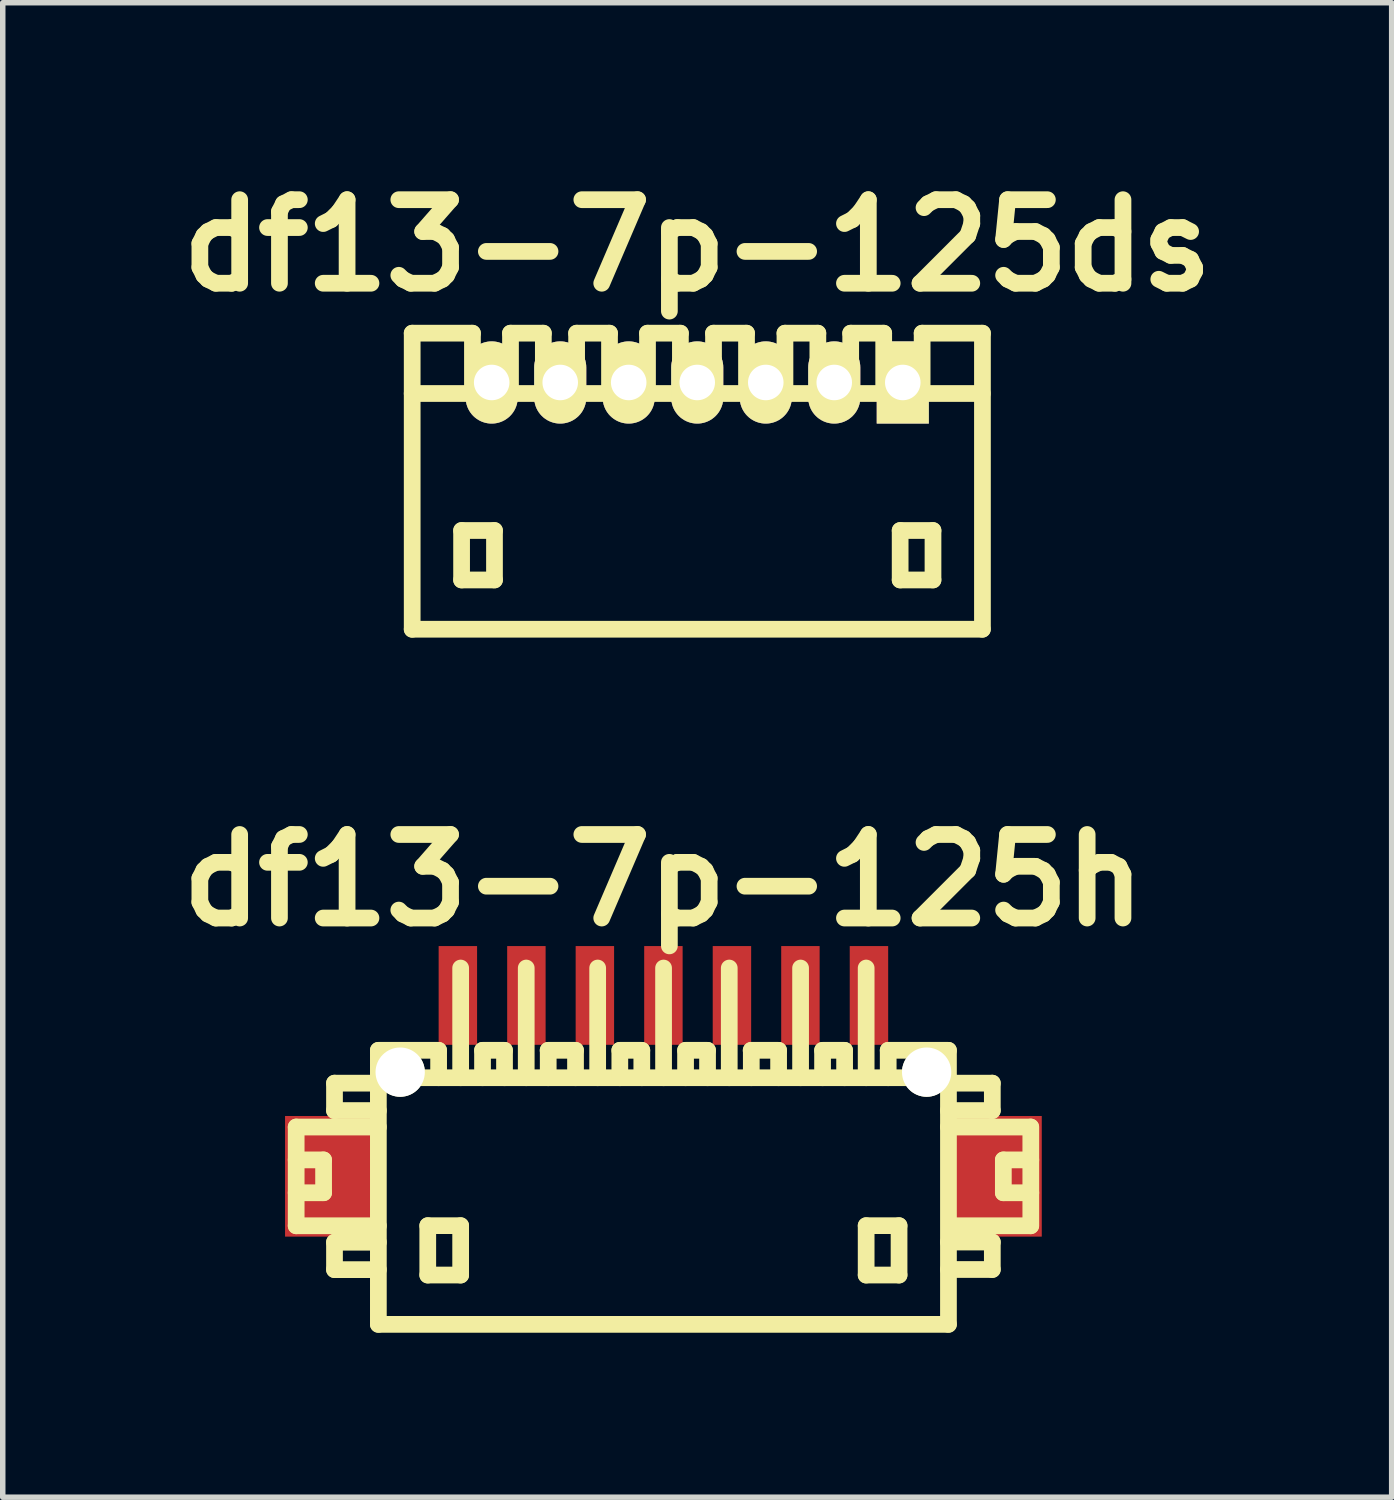
<source format=kicad_pcb>
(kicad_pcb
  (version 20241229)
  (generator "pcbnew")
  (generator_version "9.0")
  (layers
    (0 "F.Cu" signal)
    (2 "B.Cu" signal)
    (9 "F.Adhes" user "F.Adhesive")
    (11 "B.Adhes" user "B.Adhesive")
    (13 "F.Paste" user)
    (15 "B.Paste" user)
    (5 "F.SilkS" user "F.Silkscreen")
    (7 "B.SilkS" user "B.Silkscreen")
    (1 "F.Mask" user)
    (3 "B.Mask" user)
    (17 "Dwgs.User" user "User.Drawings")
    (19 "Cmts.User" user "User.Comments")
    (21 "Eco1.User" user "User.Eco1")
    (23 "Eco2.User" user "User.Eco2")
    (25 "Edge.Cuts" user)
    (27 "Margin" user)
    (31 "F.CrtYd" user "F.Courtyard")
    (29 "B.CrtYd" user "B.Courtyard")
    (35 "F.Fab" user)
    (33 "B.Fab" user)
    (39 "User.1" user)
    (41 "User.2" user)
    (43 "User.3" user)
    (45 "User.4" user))
  (footprint "df13-7p-125ds"
    (layer "F.Cu")
    (at 9.667 5.727)
    (property "Reference" "df13-7p-125ds" (at 0 -4.3 0) (layer "F.SilkS") (effects (font (size 1.524 1.524) (thickness 0.305))))
    (attr through_hole)
    (fp_line (start -5.199 2.7) (end -5.199 -2.7) (stroke (width 0.305) (type solid)) (layer "F.SilkS"))
    (fp_line (start -5.199 2.7) (end 5.199 2.7) (stroke (width 0.305) (type solid)) (layer "F.SilkS"))
    (fp_line (start -4.298 0.899) (end -4.298 1.801) (stroke (width 0.305) (type solid)) (layer "F.SilkS"))
    (fp_line (start -4.298 1.801) (end -3.698 1.801) (stroke (width 0.305) (type solid)) (layer "F.SilkS"))
    (fp_line (start -4.1 -2.7) (end -5.199 -2.7) (stroke (width 0.305) (type solid)) (layer "F.SilkS"))
    (fp_line (start -4.1 -1.6) (end -4.1 -2.7) (stroke (width 0.305) (type solid)) (layer "F.SilkS"))
    (fp_line (start -3.698 0.899) (end -4.298 0.899) (stroke (width 0.305) (type solid)) (layer "F.SilkS"))
    (fp_line (start -3.698 1.801) (end -3.698 0.899) (stroke (width 0.305) (type solid)) (layer "F.SilkS"))
    (fp_line (start -3.406 -1.6) (end -3.406 -2.7) (stroke (width 0.305) (type solid)) (layer "F.SilkS"))
    (fp_line (start -2.807 -2.7) (end -3.406 -2.7) (stroke (width 0.305) (type solid)) (layer "F.SilkS"))
    (fp_line (start -2.807 -1.6) (end -2.807 -2.7) (stroke (width 0.305) (type solid)) (layer "F.SilkS"))
    (fp_line (start -2.2 -2.7) (end -1.6 -2.7) (stroke (width 0.305) (type solid)) (layer "F.SilkS"))
    (fp_line (start -2.2 -1.6) (end -2.2 -2.7) (stroke (width 0.305) (type solid)) (layer "F.SilkS"))
    (fp_line (start -1.6 -2.7) (end -1.6 -1.6) (stroke (width 0.305) (type solid)) (layer "F.SilkS"))
    (fp_line (start -0.907 -2.7) (end -0.307 -2.7) (stroke (width 0.305) (type solid)) (layer "F.SilkS"))
    (fp_line (start -0.907 -1.6) (end -0.907 -2.7) (stroke (width 0.305) (type solid)) (layer "F.SilkS"))
    (fp_line (start -0.307 -2.7) (end -0.307 -1.6) (stroke (width 0.305) (type solid)) (layer "F.SilkS"))
    (fp_line (start 0.297 -2.7) (end 0.899 -2.7) (stroke (width 0.305) (type solid)) (layer "F.SilkS"))
    (fp_line (start 0.297 -1.6) (end 0.297 -2.7) (stroke (width 0.305) (type solid)) (layer "F.SilkS"))
    (fp_line (start 0.899 -2.7) (end 0.899 -1.6) (stroke (width 0.305) (type solid)) (layer "F.SilkS"))
    (fp_line (start 1.6 -2.7) (end 2.2 -2.7) (stroke (width 0.305) (type solid)) (layer "F.SilkS"))
    (fp_line (start 1.6 -1.6) (end 1.6 -2.7) (stroke (width 0.305) (type solid)) (layer "F.SilkS"))
    (fp_line (start 2.2 -2.7) (end 2.2 -1.6) (stroke (width 0.305) (type solid)) (layer "F.SilkS"))
    (fp_line (start 2.799 -2.7) (end 3.401 -2.7) (stroke (width 0.305) (type solid)) (layer "F.SilkS"))
    (fp_line (start 2.799 -1.6) (end 2.799 -2.7) (stroke (width 0.305) (type solid)) (layer "F.SilkS"))
    (fp_line (start 3.401 -2.7) (end 3.401 -1.6) (stroke (width 0.305) (type solid)) (layer "F.SilkS"))
    (fp_line (start 3.701 0.899) (end 4.3 0.899) (stroke (width 0.305) (type solid)) (layer "F.SilkS"))
    (fp_line (start 3.701 1.801) (end 3.701 0.899) (stroke (width 0.305) (type solid)) (layer "F.SilkS"))
    (fp_line (start 4.102 -1.6) (end 4.102 -2.7) (stroke (width 0.305) (type solid)) (layer "F.SilkS"))
    (fp_line (start 4.3 0.899) (end 4.3 1.801) (stroke (width 0.305) (type solid)) (layer "F.SilkS"))
    (fp_line (start 4.3 1.801) (end 3.701 1.801) (stroke (width 0.305) (type solid)) (layer "F.SilkS"))
    (fp_line (start 5.199 -1.6) (end -5.199 -1.6) (stroke (width 0.305) (type solid)) (layer "F.SilkS"))
    (fp_line (start 5.202 -2.7) (end 4.102 -2.7) (stroke (width 0.305) (type solid)) (layer "F.SilkS"))
    (fp_line (start 5.202 2.7) (end 5.202 -2.7) (stroke (width 0.305) (type solid)) (layer "F.SilkS"))
    (pad "1" thru_hole rect (at 3.749 -1.801) (size 0.95 1.499) (drill 0.648) (layers "*.Cu" "*.Mask" "F.SilkS"))
    (pad "2" thru_hole oval (at 2.499 -1.801) (size 0.95 1.499) (drill 0.648) (layers "*.Cu" "*.Mask" "F.SilkS"))
    (pad "3" thru_hole oval (at 1.25 -1.801) (size 0.95 1.499) (drill 0.648) (layers "*.Cu" "*.Mask" "F.SilkS"))
    (pad "4" thru_hole oval (at 0 -1.801) (size 0.95 1.499) (drill 0.648) (layers "*.Cu" "*.Mask" "F.SilkS"))
    (pad "5" thru_hole oval (at -1.25 -1.801) (size 0.95 1.499) (drill 0.648) (layers "*.Cu" "*.Mask" "F.SilkS"))
    (pad "6" thru_hole oval (at -2.499 -1.801) (size 0.95 1.499) (drill 0.648) (layers "*.Cu" "*.Mask" "F.SilkS"))
    (pad "7" thru_hole oval (at -3.749 -1.801) (size 0.95 1.499) (drill 0.648) (layers "*.Cu" "*.Mask" "F.SilkS")))
  (footprint "df13-7p-125h"
    (layer "F.Cu")
    (at 9.05 18.606)
    (property "Reference" "df13-7p-125h" (at 0 -5.601 0) (layer "F.SilkS") (effects (font (size 1.524 1.524) (thickness 0.305))))
    (attr through_hole)
    (fp_line (start -6.698 -1.1) (end -6.698 0.701) (stroke (width 0.305) (type solid)) (layer "F.SilkS"))
    (fp_line (start -6.698 0.701) (end -5.199 0.701) (stroke (width 0.305) (type solid)) (layer "F.SilkS"))
    (fp_line (start -6.198 -0.5) (end -6.698 -0.5) (stroke (width 0.305) (type solid)) (layer "F.SilkS"))
    (fp_line (start -6.198 0.099) (end -6.698 0.099) (stroke (width 0.305) (type solid)) (layer "F.SilkS"))
    (fp_line (start -6.198 0.099) (end -6.198 -0.5) (stroke (width 0.305) (type solid)) (layer "F.SilkS"))
    (fp_line (start -5.999 -1.9) (end -5.999 -1.4) (stroke (width 0.305) (type solid)) (layer "F.SilkS"))
    (fp_line (start -5.999 -1.9) (end -5.199 -1.9) (stroke (width 0.305) (type solid)) (layer "F.SilkS"))
    (fp_line (start -5.999 1.001) (end -5.999 1.501) (stroke (width 0.305) (type solid)) (layer "F.SilkS"))
    (fp_line (start -5.999 1.501) (end -5.199 1.501) (stroke (width 0.305) (type solid)) (layer "F.SilkS"))
    (fp_line (start -5.199 -1.999) (end 5.199 -1.999) (stroke (width 0.305) (type solid)) (layer "F.SilkS"))
    (fp_line (start -5.199 -1.4) (end -5.999 -1.4) (stroke (width 0.305) (type solid)) (layer "F.SilkS"))
    (fp_line (start -5.199 -1.1) (end -6.698 -1.1) (stroke (width 0.305) (type solid)) (layer "F.SilkS"))
    (fp_line (start -5.199 1.001) (end -5.999 1.001) (stroke (width 0.305) (type solid)) (layer "F.SilkS"))
    (fp_line (start -5.199 2.499) (end -5.199 -2.499) (stroke (width 0.305) (type solid)) (layer "F.SilkS"))
    (fp_line (start -5.199 2.499) (end 5.199 2.499) (stroke (width 0.305) (type solid)) (layer "F.SilkS"))
    (fp_line (start -4.298 0.699) (end -4.298 1.6) (stroke (width 0.305) (type solid)) (layer "F.SilkS"))
    (fp_line (start -4.298 1.6) (end -3.698 1.6) (stroke (width 0.305) (type solid)) (layer "F.SilkS"))
    (fp_line (start -4.1 -2.499) (end -5.199 -2.499) (stroke (width 0.305) (type solid)) (layer "F.SilkS"))
    (fp_line (start -4.1 -2.499) (end -4.1 -1.999) (stroke (width 0.305) (type solid)) (layer "F.SilkS"))
    (fp_line (start -3.698 -4) (end -3.698 -1.999) (stroke (width 0.305) (type solid)) (layer "F.SilkS"))
    (fp_line (start -3.698 0.699) (end -4.298 0.699) (stroke (width 0.305) (type solid)) (layer "F.SilkS"))
    (fp_line (start -3.698 1.6) (end -3.698 0.699) (stroke (width 0.305) (type solid)) (layer "F.SilkS"))
    (fp_line (start -3.299 -2.499) (end -3.299 -1.999) (stroke (width 0.305) (type solid)) (layer "F.SilkS"))
    (fp_line (start -2.898 -2.499) (end -3.299 -2.499) (stroke (width 0.305) (type solid)) (layer "F.SilkS"))
    (fp_line (start -2.898 -2.499) (end -2.898 -1.999) (stroke (width 0.305) (type solid)) (layer "F.SilkS"))
    (fp_line (start -2.502 -1.999) (end -2.502 -4) (stroke (width 0.305) (type solid)) (layer "F.SilkS"))
    (fp_line (start -2.103 -2.499) (end -1.603 -2.499) (stroke (width 0.305) (type solid)) (layer "F.SilkS"))
    (fp_line (start -2.101 -1.999) (end -2.101 -2.499) (stroke (width 0.305) (type solid)) (layer "F.SilkS"))
    (fp_line (start -1.603 -2.499) (end -1.603 -1.999) (stroke (width 0.305) (type solid)) (layer "F.SilkS"))
    (fp_line (start -1.199 -1.999) (end -1.199 -4) (stroke (width 0.305) (type solid)) (layer "F.SilkS"))
    (fp_line (start -0.795 -2.499) (end -0.795 -1.999) (stroke (width 0.305) (type solid)) (layer "F.SilkS"))
    (fp_line (start -0.394 -2.499) (end -0.795 -2.499) (stroke (width 0.305) (type solid)) (layer "F.SilkS"))
    (fp_line (start -0.394 -2.499) (end -0.394 -1.999) (stroke (width 0.305) (type solid)) (layer "F.SilkS"))
    (fp_line (start 0.003 -1.999) (end 0.003 -4) (stroke (width 0.305) (type solid)) (layer "F.SilkS"))
    (fp_line (start 0.404 -2.499) (end 0.404 -1.999) (stroke (width 0.305) (type solid)) (layer "F.SilkS"))
    (fp_line (start 0.805 -2.499) (end 0.404 -2.499) (stroke (width 0.305) (type solid)) (layer "F.SilkS"))
    (fp_line (start 0.805 -2.499) (end 0.805 -1.999) (stroke (width 0.305) (type solid)) (layer "F.SilkS"))
    (fp_line (start 1.201 -1.999) (end 1.201 -4) (stroke (width 0.305) (type solid)) (layer "F.SilkS"))
    (fp_line (start 1.6 -2.499) (end 2.101 -2.499) (stroke (width 0.305) (type solid)) (layer "F.SilkS"))
    (fp_line (start 1.603 -1.999) (end 1.603 -2.499) (stroke (width 0.305) (type solid)) (layer "F.SilkS"))
    (fp_line (start 2.101 -2.499) (end 2.101 -1.999) (stroke (width 0.305) (type solid)) (layer "F.SilkS"))
    (fp_line (start 2.502 -1.999) (end 2.502 -4) (stroke (width 0.305) (type solid)) (layer "F.SilkS"))
    (fp_line (start 2.903 -2.499) (end 2.903 -1.999) (stroke (width 0.305) (type solid)) (layer "F.SilkS"))
    (fp_line (start 3.305 -2.499) (end 2.903 -2.499) (stroke (width 0.305) (type solid)) (layer "F.SilkS"))
    (fp_line (start 3.305 -2.499) (end 3.305 -1.999) (stroke (width 0.305) (type solid)) (layer "F.SilkS"))
    (fp_line (start 3.698 -1.999) (end 3.698 -4) (stroke (width 0.305) (type solid)) (layer "F.SilkS"))
    (fp_line (start 3.698 0.699) (end 4.298 0.699) (stroke (width 0.305) (type solid)) (layer "F.SilkS"))
    (fp_line (start 3.698 1.6) (end 3.698 0.699) (stroke (width 0.305) (type solid)) (layer "F.SilkS"))
    (fp_line (start 4.1 -2.499) (end 4.1 -1.999) (stroke (width 0.305) (type solid)) (layer "F.SilkS"))
    (fp_line (start 4.298 0.699) (end 4.298 1.6) (stroke (width 0.305) (type solid)) (layer "F.SilkS"))
    (fp_line (start 4.298 1.6) (end 3.698 1.6) (stroke (width 0.305) (type solid)) (layer "F.SilkS"))
    (fp_line (start 5.199 -2.499) (end 4.1 -2.499) (stroke (width 0.305) (type solid)) (layer "F.SilkS"))
    (fp_line (start 5.199 -2.499) (end 5.199 2.499) (stroke (width 0.305) (type solid)) (layer "F.SilkS"))
    (fp_line (start 5.199 -1.9) (end 5.999 -1.9) (stroke (width 0.305) (type solid)) (layer "F.SilkS"))
    (fp_line (start 5.199 0.998) (end 5.999 0.998) (stroke (width 0.305) (type solid)) (layer "F.SilkS"))
    (fp_line (start 5.999 -1.9) (end 5.999 -1.4) (stroke (width 0.305) (type solid)) (layer "F.SilkS"))
    (fp_line (start 5.999 -1.4) (end 5.199 -1.4) (stroke (width 0.305) (type solid)) (layer "F.SilkS"))
    (fp_line (start 5.999 0.998) (end 5.999 1.499) (stroke (width 0.305) (type solid)) (layer "F.SilkS"))
    (fp_line (start 5.999 1.499) (end 5.199 1.499) (stroke (width 0.305) (type solid)) (layer "F.SilkS"))
    (fp_line (start 6.2 0.099) (end 6.2 -0.5) (stroke (width 0.305) (type solid)) (layer "F.SilkS"))
    (fp_line (start 6.698 -1.1) (end 5.199 -1.1) (stroke (width 0.305) (type solid)) (layer "F.SilkS"))
    (fp_line (start 6.698 0.701) (end 5.298 0.701) (stroke (width 0.305) (type solid)) (layer "F.SilkS"))
    (fp_line (start 6.701 -1.1) (end 6.701 0.701) (stroke (width 0.305) (type solid)) (layer "F.SilkS"))
    (fp_line (start 6.701 -0.5) (end 6.2 -0.5) (stroke (width 0.305) (type solid)) (layer "F.SilkS"))
    (fp_line (start 6.701 0.099) (end 6.2 0.099) (stroke (width 0.305) (type solid)) (layer "F.SilkS"))
    (pad "" smd rect (at -6.101 -0.201) (size 1.6 2.2) (layers "F.Cu" "F.Mask" "F.Paste"))
    (pad "" np_thru_hole circle (at -4.801 -2.101) (size 0.899 0.899) (drill 0.899) (layers "*.Cu" "*.Mask" "F.SilkS"))
    (pad "" np_thru_hole circle (at 4.801 -2.101) (size 0.899 0.899) (drill 0.899) (layers "*.Cu" "*.Mask" "F.SilkS"))
    (pad "" smd rect (at 6.101 -0.201) (size 1.6 2.2) (layers "F.Cu" "F.Mask" "F.Paste"))
    (pad "1" smd rect (at 3.749 -3.5) (size 0.701 1.801) (layers "F.Cu" "F.Mask" "F.Paste"))
    (pad "2" smd rect (at 2.499 -3.5) (size 0.701 1.801) (layers "F.Cu" "F.Mask" "F.Paste"))
    (pad "3" smd rect (at 1.25 -3.5) (size 0.701 1.801) (layers "F.Cu" "F.Mask" "F.Paste"))
    (pad "4" smd rect (at 0 -3.5) (size 0.701 1.801) (layers "F.Cu" "F.Mask" "F.Paste"))
    (pad "5" smd rect (at -1.25 -3.5) (size 0.701 1.801) (layers "F.Cu" "F.Mask" "F.Paste"))
    (pad "6" smd rect (at -2.499 -3.5) (size 0.701 1.801) (layers "F.Cu" "F.Mask" "F.Paste"))
    (pad "7" smd rect (at -3.749 -3.5) (size 0.701 1.801) (layers "F.Cu" "F.Mask" "F.Paste")))
  (gr_rect
    (start -3 -3)
    (end 22.333 24.258)
    (stroke (width 0.1) (type default))
    (fill no)
    (layer "Edge.Cuts")))
</source>
